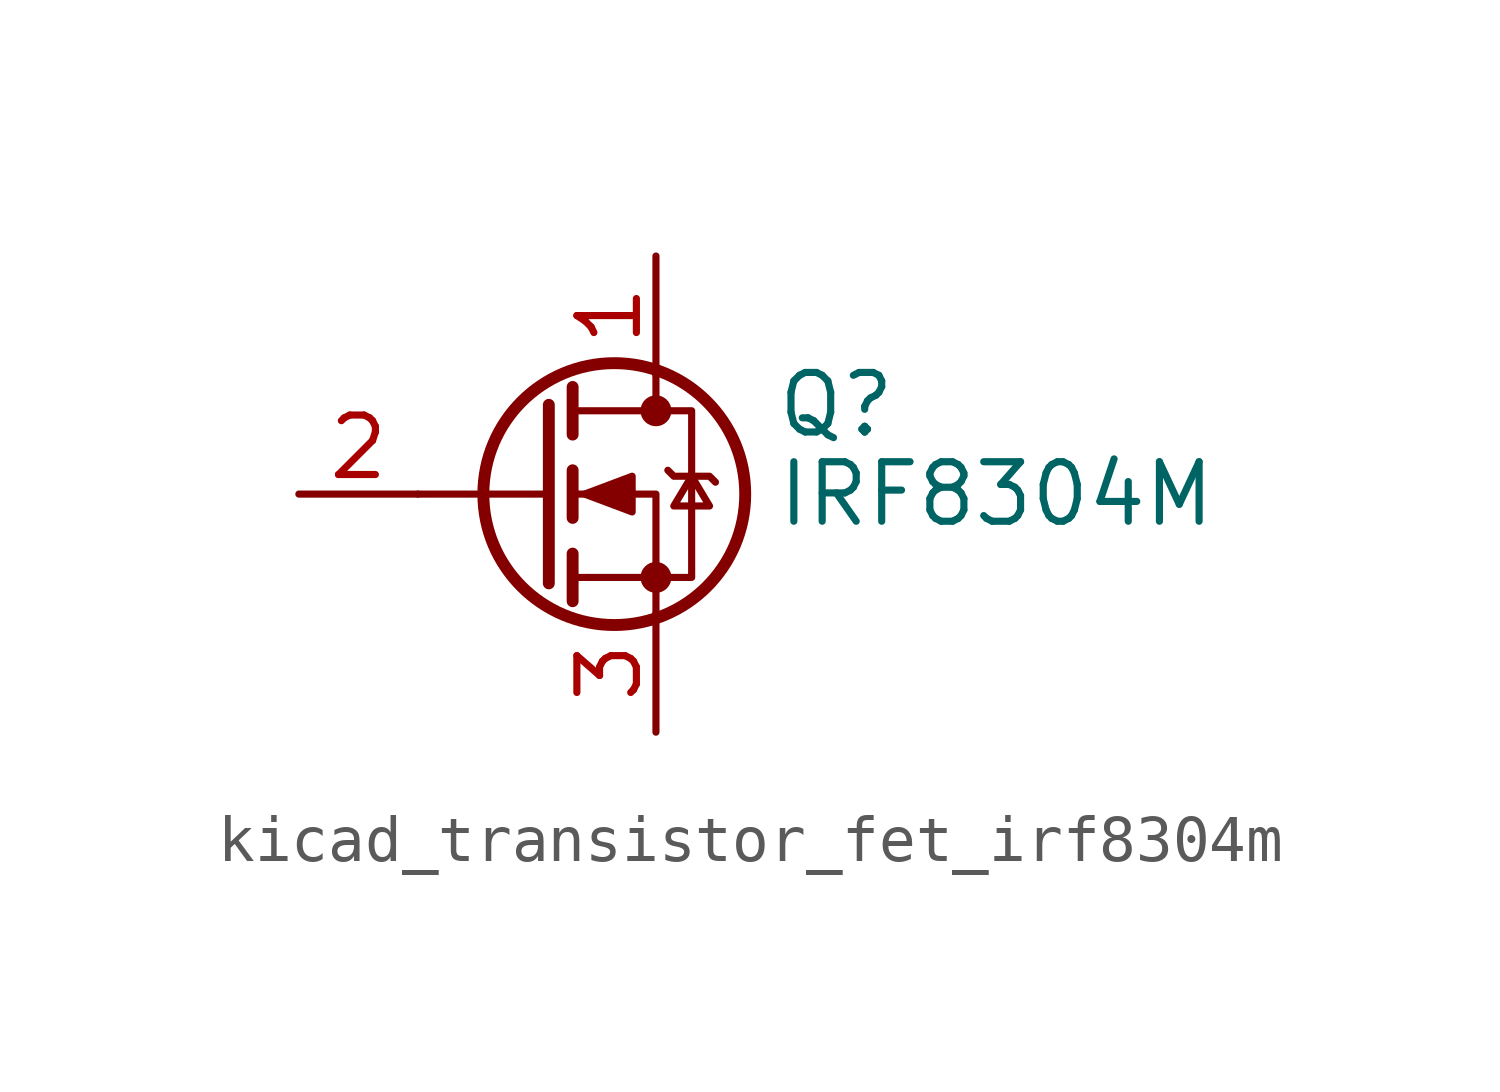
<source format=kicad_sym>
(kicad_symbol_lib
  (version 20220914)
  (generator kicad_symbol_editor)
  (symbol "kicad_transistor_fet_irf8304m"
    (pin_names hide)
    (property "Reference" "Q"
      (at 5.08 1.905 0)
      (effects (font (size 1.27 1.27)) (justify left)))
    (property "Value" "IRF8304M"
      (at 5.08 0 0)
      (effects (font (size 1.27 1.27)) (justify left)))
    (symbol "kicad_transistor_fet_irf8304m_0_1"
      (polyline (pts (xy 0.254 0) (xy -2.54 0)) (stroke (width 0) (type default)) (fill (type none)))
      (polyline (pts (xy 0.254 1.905) (xy 0.254 -1.905)) (stroke (width 0.254) (type default)) (fill (type none)))
      (polyline (pts (xy 0.762 -1.27) (xy 0.762 -2.286)) (stroke (width 0.254) (type default)) (fill (type none)))
      (polyline (pts (xy 0.762 0.508) (xy 0.762 -0.508)) (stroke (width 0.254) (type default)) (fill (type none)))
      (polyline (pts (xy 0.762 2.286) (xy 0.762 1.27)) (stroke (width 0.254) (type default)) (fill (type none)))
      (polyline (pts (xy 2.54 2.54) (xy 2.54 1.778)) (stroke (width 0) (type default)) (fill (type none)))
      (polyline (pts (xy 2.54 -2.54) (xy 2.54 0) (xy 0.762 0)) (stroke (width 0) (type default)) (fill (type none)))
      (polyline (pts (xy 0.762 -1.778) (xy 3.302 -1.778) (xy 3.302 1.778) (xy 0.762 1.778)) (stroke (width 0) (type default)) (fill (type none)))
      (polyline (pts (xy 1.016 0) (xy 2.032 0.381) (xy 2.032 -0.381) (xy 1.016 0)) (stroke (width 0) (type default)) (fill (type outline)))
      (polyline (pts (xy 2.794 0.508) (xy 2.921 0.381) (xy 3.683 0.381) (xy 3.81 0.254)) (stroke (width 0) (type default)) (fill (type none)))
      (polyline (pts (xy 3.302 0.381) (xy 2.921 -0.254) (xy 3.683 -0.254) (xy 3.302 0.381)) (stroke (width 0) (type default)) (fill (type none)))
      (circle (center 1.651 0) (radius 2.794) (stroke (width 0.254) (type default)) (fill (type none)))
      (circle (center 2.54 -1.778) (radius 0.254) (stroke (width 0) (type default)) (fill (type outline)))
      (circle (center 2.54 1.778) (radius 0.254) (stroke (width 0) (type default)) (fill (type outline))))
    (symbol "kicad_transistor_fet_irf8304m_1_1"
      (pin passive line (at 2.54 5.08 270) (length 2.54) (name "D" (effects (font (size 1.27 1.27)))) (number "1" (effects (font (size 1.27 1.27)))))
      (pin input line (at -5.08 0 0) (length 2.54) (name "G" (effects (font (size 1.27 1.27)))) (number "2" (effects (font (size 1.27 1.27)))))
      (pin passive line (at 2.54 -5.08 90) (length 2.54) (name "S" (effects (font (size 1.27 1.27)))) (number "3" (effects (font (size 1.27 1.27))))))))
</source>
